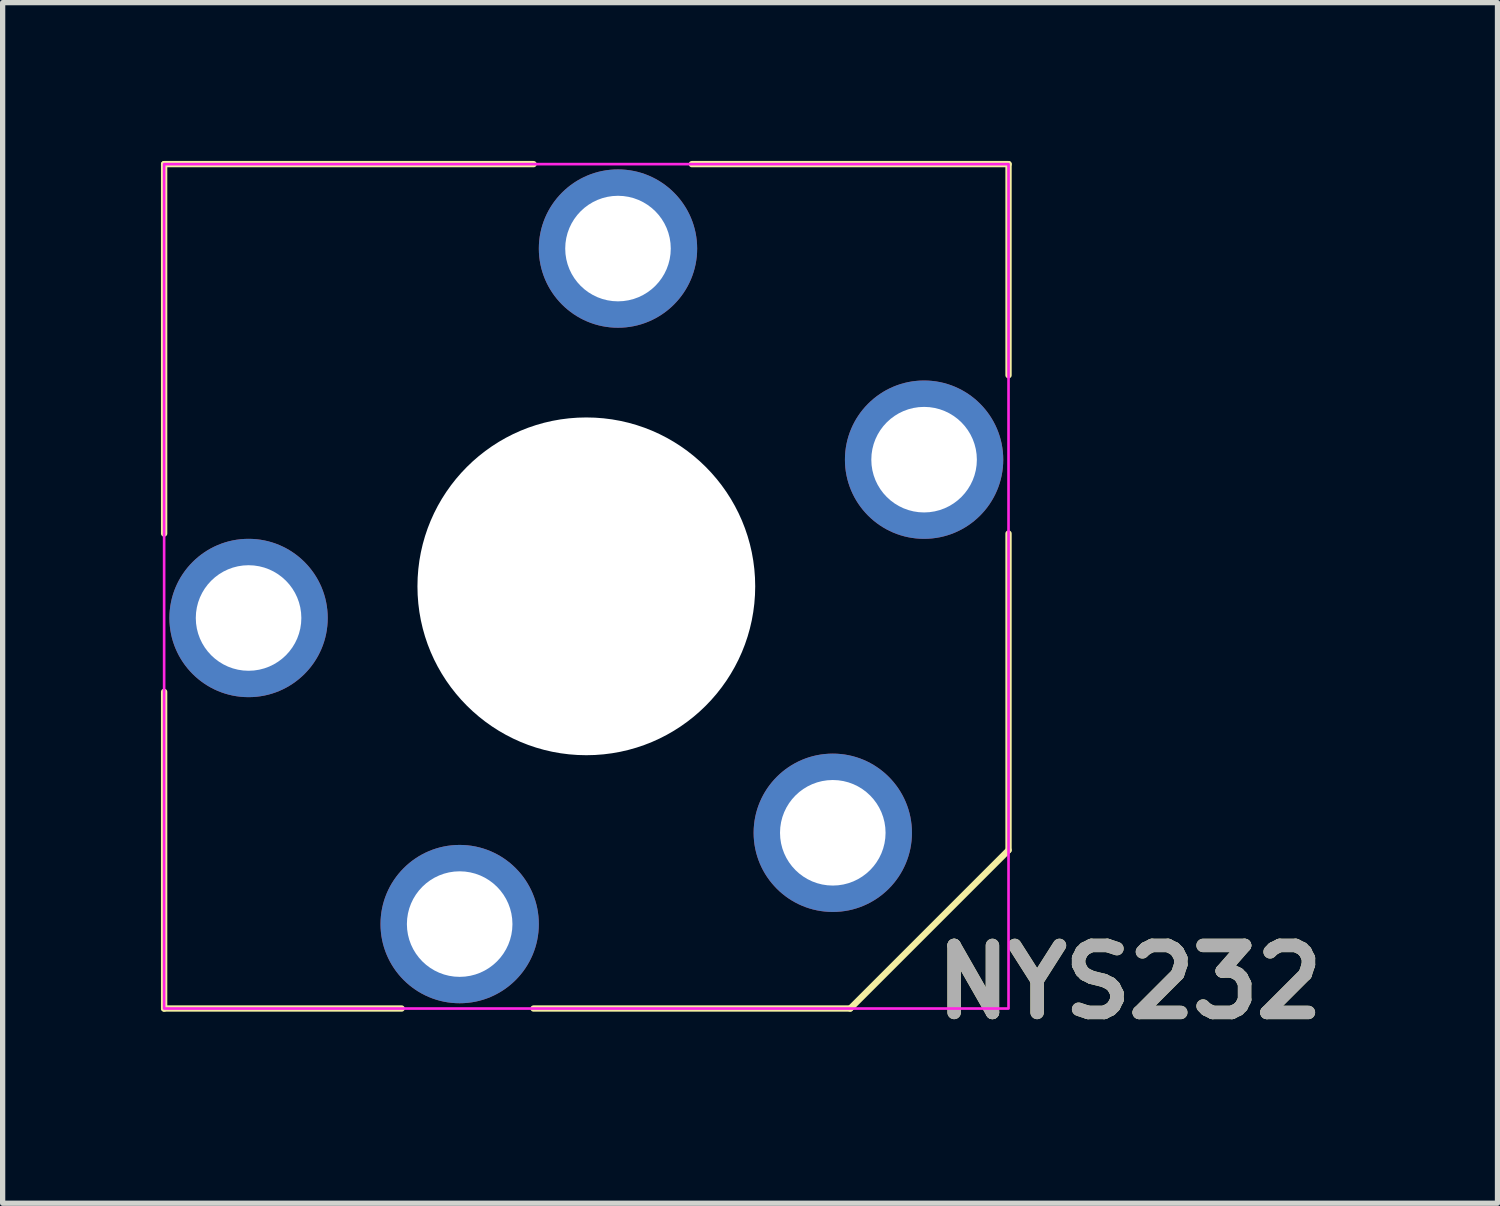
<source format=kicad_pcb>
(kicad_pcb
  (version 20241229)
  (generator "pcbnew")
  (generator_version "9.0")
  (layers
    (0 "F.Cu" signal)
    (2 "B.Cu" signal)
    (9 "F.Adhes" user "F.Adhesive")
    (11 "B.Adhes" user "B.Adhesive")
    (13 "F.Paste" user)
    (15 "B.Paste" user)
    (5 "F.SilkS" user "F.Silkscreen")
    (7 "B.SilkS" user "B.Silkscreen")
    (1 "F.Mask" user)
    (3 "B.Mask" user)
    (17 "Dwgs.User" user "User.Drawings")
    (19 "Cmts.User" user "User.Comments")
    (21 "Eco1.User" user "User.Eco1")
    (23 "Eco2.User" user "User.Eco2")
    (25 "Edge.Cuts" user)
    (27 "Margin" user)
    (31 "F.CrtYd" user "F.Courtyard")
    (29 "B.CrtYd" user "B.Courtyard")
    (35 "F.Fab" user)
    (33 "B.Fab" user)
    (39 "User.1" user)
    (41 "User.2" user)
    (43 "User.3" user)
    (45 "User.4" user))
  (footprint "NYS232"
    (layer "F.Cu")
    (at 8.06 8.06)
    (property "Reference" "NYS232" (at 6.5 7.5 0) (layer "F.SilkS") (effects (font (size 1.27 1.27) (thickness 0.254)) (justify left)))
    (attr through_hole)
    (fp_line (start -8 -8) (end -8 -1) (stroke (width 0.12) (type solid)) (layer "F.SilkS"))
    (fp_line (start -8 2) (end -8 8) (stroke (width 0.12) (type solid)) (layer "F.SilkS"))
    (fp_line (start -8 8) (end -3.5 8) (stroke (width 0.12) (type solid)) (layer "F.SilkS"))
    (fp_line (start -1 -8) (end -8 -8) (stroke (width 0.12) (type solid)) (layer "F.SilkS"))
    (fp_line (start -1 8) (end 5 8) (stroke (width 0.12) (type solid)) (layer "F.SilkS"))
    (fp_line (start 5 8) (end 8 5) (stroke (width 0.12) (type solid)) (layer "F.SilkS"))
    (fp_line (start 8 -8) (end 2 -8) (stroke (width 0.12) (type solid)) (layer "F.SilkS"))
    (fp_line (start 8 -4) (end 8 -8) (stroke (width 0.12) (type solid)) (layer "F.SilkS"))
    (fp_line (start 8 5) (end 8 -1) (stroke (width 0.12) (type solid)) (layer "F.SilkS"))
    (fp_rect (start -8 -8) (end 8 8) (stroke (width 0.05) (type solid)) (fill no) (layer "F.CrtYd"))
    (fp_text user "${REFERENCE}" (at 6.5 7.5 0) (layer "F.Fab") (effects (font (size 1.27 1.27) (thickness 0.254)) (justify left)))
    (pad "" np_thru_hole circle (at 0 0) (size 6.4 6.4) (drill 6.4) (layers "*.Cu" "*.Mask"))
    (pad "R" thru_hole circle (at -6.4 0.6) (size 3 3) (drill 2) (layers "*.Cu" "*.Mask"))
    (pad "RN" thru_hole circle (at -2.4 6.4) (size 3 3) (drill 2) (layers "*.Cu" "*.Mask"))
    (pad "S" thru_hole circle (at 4.67 4.67) (size 3 3) (drill 2) (layers "*.Cu" "*.Mask"))
    (pad "T" thru_hole circle (at 0.6 -6.4) (size 3 3) (drill 2) (layers "*.Cu" "*.Mask"))
    (pad "TN" thru_hole circle (at 6.4 -2.4) (size 3 3) (drill 2) (layers "*.Cu" "*.Mask")))
  (gr_rect
    (start -3 -3)
    (end 25.325 19.749)
    (stroke (width 0.1) (type default))
    (fill no)
    (layer "Edge.Cuts")))
</source>
